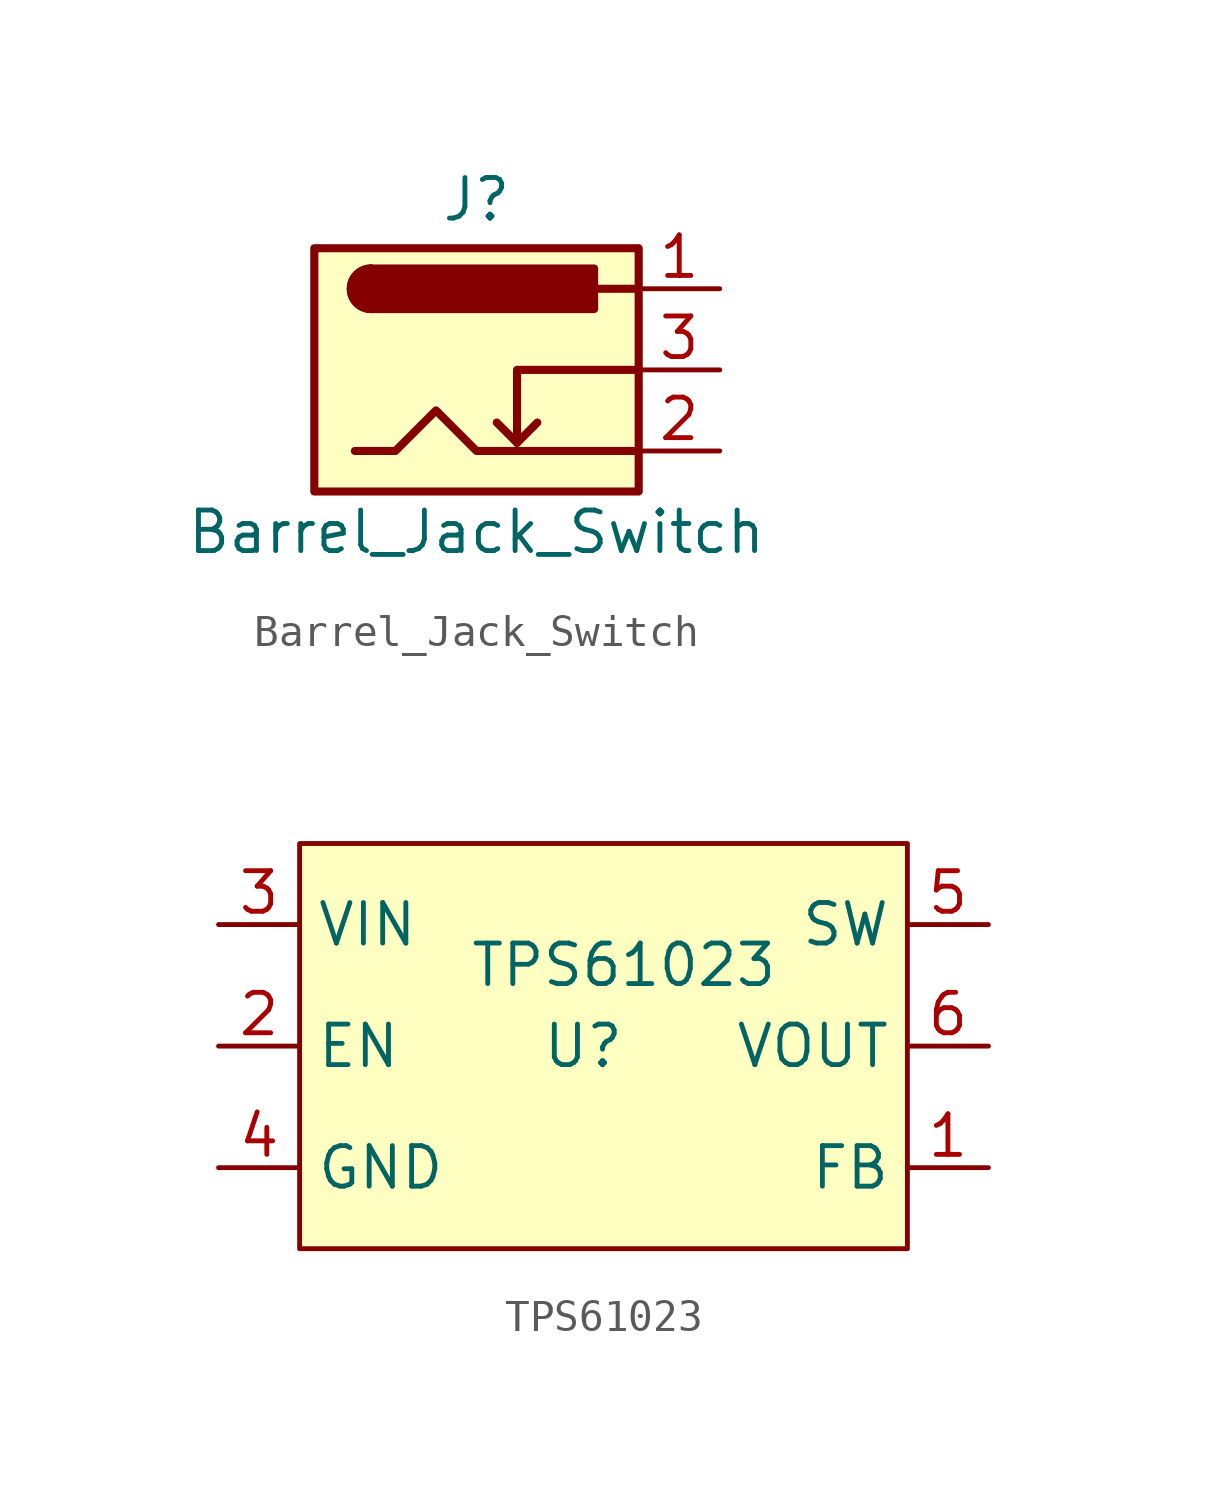
<source format=kicad_sym>
(kicad_symbol_lib
  (version 20211014)
  (generator kicad_symbol_editor)
  (symbol "Barrel_Jack_Switch"
    (pin_names hide)
    (property "Reference" "J"
      (at 0 5.334 0)
      (effects (font (size 1.27 1.27))))
    (property "Value" "Barrel_Jack_Switch"
      (at 0 -5.08 0)
      (effects (font (size 1.27 1.27))))
    (symbol "Barrel_Jack_Switch_0_1"
      (rectangle (start -5.08 3.81) (end 5.08 -3.81) (stroke (width 0.254) (type default) (color 0 0 0 0)) (fill (type background)))
      (arc (start -3.302 3.175) (mid -3.937 2.54) (end -3.302 1.905) (stroke (width 0.254) (type default) (color 0 0 0 0)) (fill (type none)))
      (arc (start -3.302 3.175) (mid -3.937 2.54) (end -3.302 1.905) (stroke (width 0.254) (type default) (color 0 0 0 0)) (fill (type outline)))
      (polyline (pts (xy 1.27 -2.286) (xy 1.905 -1.651)) (stroke (width 0.254) (type default) (color 0 0 0 0)) (fill (type none)))
      (polyline (pts (xy 5.08 2.54) (xy 3.81 2.54)) (stroke (width 0.254) (type default) (color 0 0 0 0)) (fill (type none)))
      (polyline (pts (xy 5.08 0) (xy 1.27 0) (xy 1.27 -2.286) (xy 0.635 -1.651)) (stroke (width 0.254) (type default) (color 0 0 0 0)) (fill (type none)))
      (polyline (pts (xy -3.81 -2.54) (xy -2.54 -2.54) (xy -1.27 -1.27) (xy 0 -2.54) (xy 2.54 -2.54) (xy 5.08 -2.54)) (stroke (width 0.254) (type default) (color 0 0 0 0)) (fill (type none)))
      (rectangle (start 3.683 3.175) (end -3.302 1.905) (stroke (width 0.254) (type default) (color 0 0 0 0)) (fill (type outline))))
    (symbol "Barrel_Jack_Switch_1_1"
      (pin power_out line (at 7.62 2.54 180) (length 2.54) (name "~" (effects (font (size 1.27 1.27)))) (number "1" (effects (font (size 1.27 1.27)))))
      (pin power_out line (at 7.62 -2.54 180) (length 2.54) (name "~" (effects (font (size 1.27 1.27)))) (number "2" (effects (font (size 1.27 1.27)))))
      (pin passive line (at 7.62 0 180) (length 2.54) (name "~" (effects (font (size 1.27 1.27)))) (number "3" (effects (font (size 1.27 1.27)))))))
  (symbol "TPS61023"
    (property "Reference" "U"
      (at -1.27 -8.89 0)
      (effects (font (size 1.27 1.27))))
    (property "Value" "TPS61023"
      (at 0 -6.35 0)
      (effects (font (size 1.27 1.27))))
    (symbol "TPS61023_0_1"
      (rectangle (start -10.16 -2.54) (end 8.89 -15.24) (stroke (width 0) (type default) (color 0 0 0 0)) (fill (type background))))
    (symbol "TPS61023_1_1"
      (pin input line (at 11.43 -12.7 180) (length 2.54) (name "FB" (effects (font (size 1.27 1.27)))) (number "1" (effects (font (size 1.27 1.27)))))
      (pin input line (at -12.7 -8.89 0) (length 2.54) (name "EN" (effects (font (size 1.27 1.27)))) (number "2" (effects (font (size 1.27 1.27)))))
      (pin power_in line (at -12.7 -5.08 0) (length 2.54) (name "VIN" (effects (font (size 1.27 1.27)))) (number "3" (effects (font (size 1.27 1.27)))))
      (pin power_in line (at -12.7 -12.7 0) (length 2.54) (name "GND" (effects (font (size 1.27 1.27)))) (number "4" (effects (font (size 1.27 1.27)))))
      (pin input line (at 11.43 -5.08 180) (length 2.54) (name "SW" (effects (font (size 1.27 1.27)))) (number "5" (effects (font (size 1.27 1.27)))))
      (pin power_out line (at 11.43 -8.89 180) (length 2.54) (name "VOUT" (effects (font (size 1.27 1.27)))) (number "6" (effects (font (size 1.27 1.27))))))))
</source>
